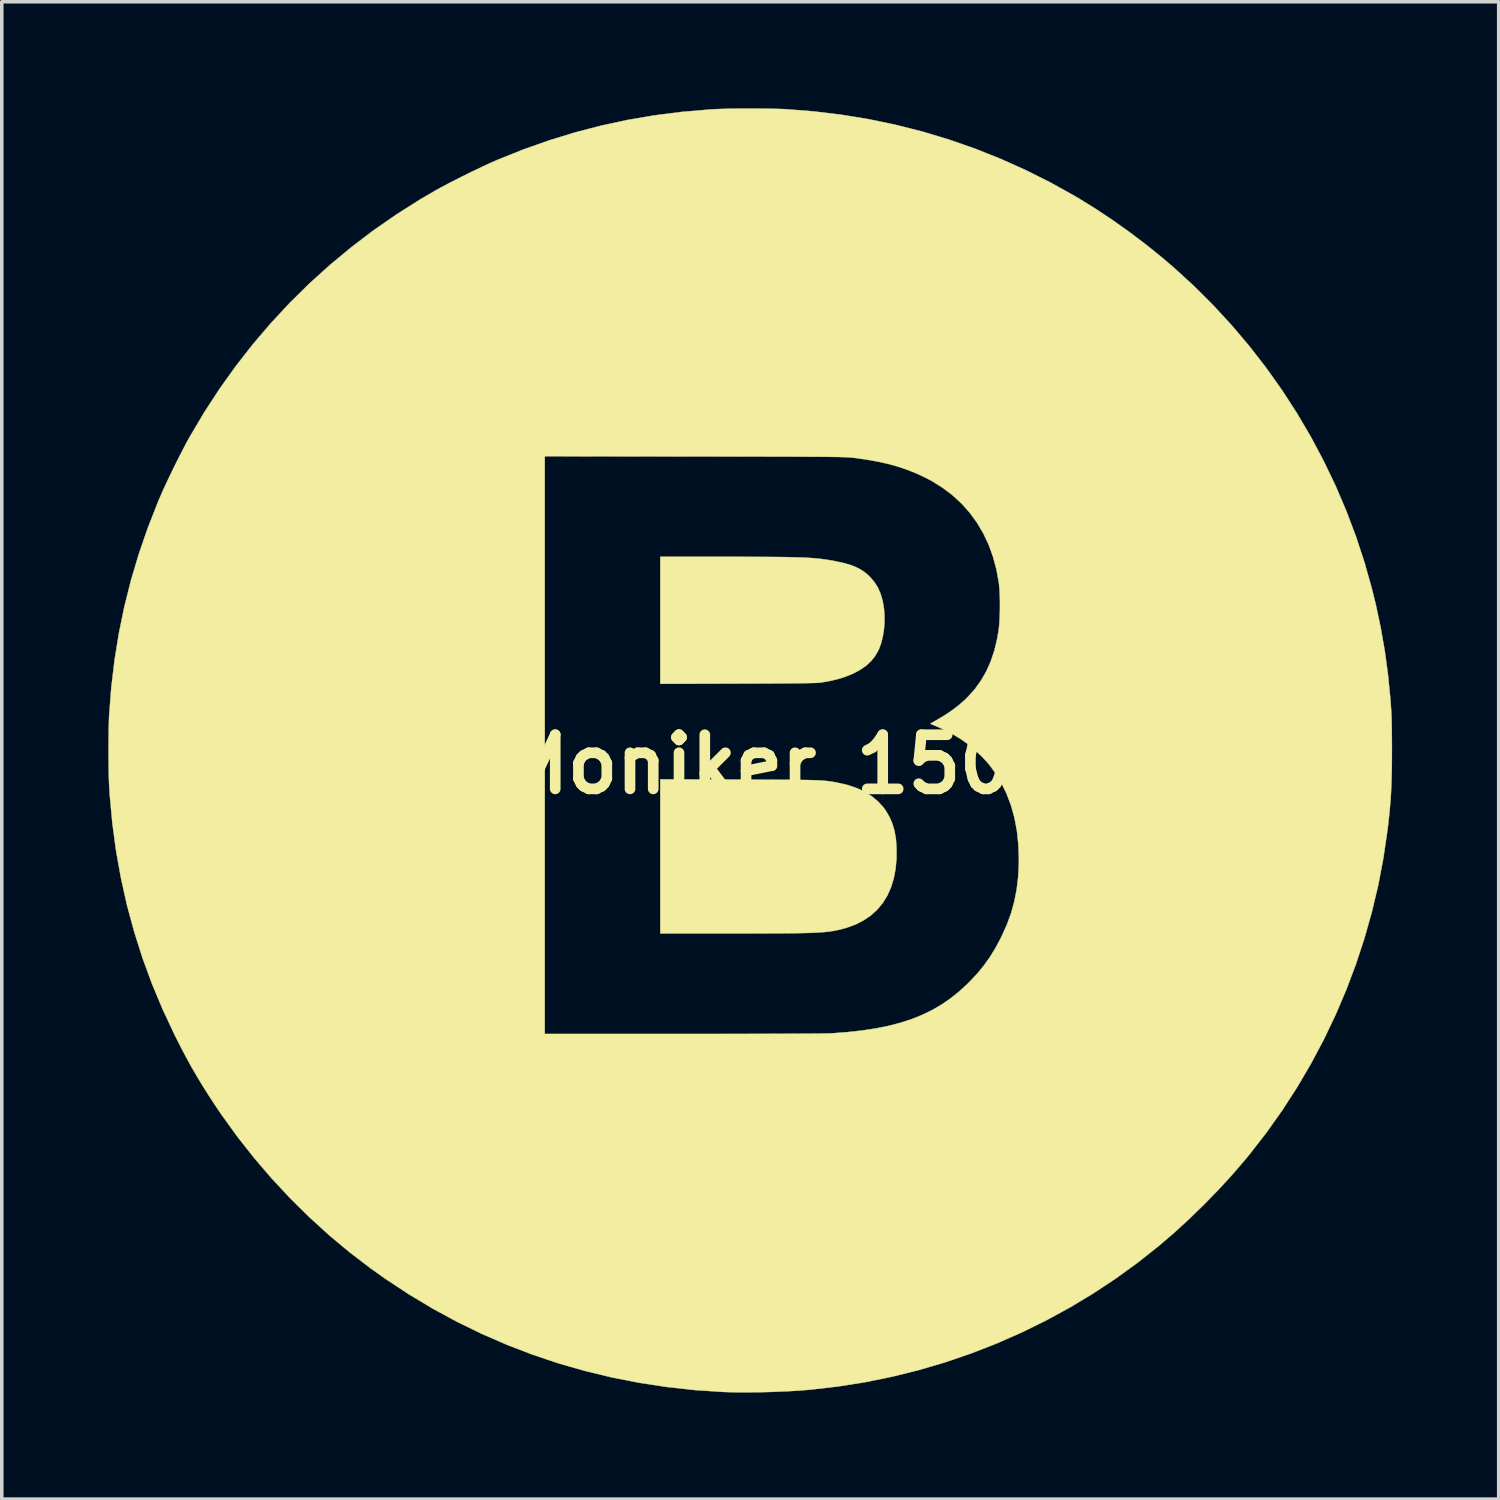
<source format=kicad_pcb>
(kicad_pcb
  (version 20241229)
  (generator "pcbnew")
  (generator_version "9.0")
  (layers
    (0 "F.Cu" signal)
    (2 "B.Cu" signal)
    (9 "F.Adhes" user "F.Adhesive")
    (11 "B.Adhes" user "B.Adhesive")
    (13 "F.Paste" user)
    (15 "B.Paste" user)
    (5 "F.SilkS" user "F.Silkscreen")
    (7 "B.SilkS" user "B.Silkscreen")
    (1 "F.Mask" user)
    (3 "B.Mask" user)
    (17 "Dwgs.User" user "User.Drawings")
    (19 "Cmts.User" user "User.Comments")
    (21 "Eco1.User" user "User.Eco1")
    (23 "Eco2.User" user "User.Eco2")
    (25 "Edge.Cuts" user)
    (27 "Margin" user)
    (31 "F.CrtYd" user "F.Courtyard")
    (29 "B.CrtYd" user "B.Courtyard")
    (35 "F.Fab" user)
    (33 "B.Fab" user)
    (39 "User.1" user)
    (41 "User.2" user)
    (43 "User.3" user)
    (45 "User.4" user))
  (footprint "CBP_Moniker_1500DPI"
    (layer "F.Cu")
    (at 18.055 18.462)
    (property "Reference" "CBP_Moniker_1500DPI" (at 0 0 0) (layer "F.SilkS") (effects (font (size 1.524 1.524) (thickness 0.3))))
    (attr through_hole)
    (fp_poly (pts (xy -0.665 -5.842) (xy -0.322 -5.842) (xy -0.011 -5.841) (xy 0.27 -5.84) (xy 0.524 -5.839) (xy 0.753 -5.837) (xy 0.958 -5.835) (xy 1.142 -5.831) (xy 1.308 -5.827) (xy 1.456 -5.822) (xy 1.59 -5.816) (xy 1.711 -5.809) (xy 1.821 -5.801) (xy 1.924 -5.791) (xy 2.02 -5.78) (xy 2.112 -5.768) (xy 2.202 -5.754) (xy 2.292 -5.739) (xy 2.384 -5.722) (xy 2.422 -5.714) (xy 2.631 -5.669) (xy 2.811 -5.618) (xy 2.966 -5.56) (xy 3.102 -5.492) (xy 3.223 -5.413) (xy 3.334 -5.32) (xy 3.371 -5.285) (xy 3.497 -5.14) (xy 3.599 -4.98) (xy 3.678 -4.801) (xy 3.736 -4.602) (xy 3.773 -4.38) (xy 3.786 -4.216) (xy 3.788 -4.01) (xy 3.773 -3.802) (xy 3.741 -3.601) (xy 3.694 -3.413) (xy 3.633 -3.247) (xy 3.616 -3.209) (xy 3.522 -3.046) (xy 3.407 -2.903) (xy 3.269 -2.776) (xy 3.104 -2.663) (xy 2.955 -2.582) (xy 2.795 -2.509) (xy 2.632 -2.448) (xy 2.459 -2.396) (xy 2.269 -2.352) (xy 2.054 -2.313) (xy 1.973 -2.3) (xy 1.94 -2.297) (xy 1.885 -2.294) (xy 1.808 -2.291) (xy 1.708 -2.289) (xy 1.583 -2.286) (xy 1.433 -2.284) (xy 1.256 -2.282) (xy 1.052 -2.28) (xy 0.819 -2.279) (xy 0.555 -2.277) (xy 0.261 -2.276) (xy -0.065 -2.275) (xy -0.343 -2.274) (xy -2.523 -2.267) (xy -2.523 -5.842) (xy -0.665 -5.842)) (stroke (width 0.01) (type solid)) (fill yes) (layer "F.SilkS"))
    (fp_poly (pts (xy -0.301 0.428) (xy 0.027 0.43) (xy 0.322 0.431) (xy 0.588 0.432) (xy 0.825 0.433) (xy 1.037 0.434) (xy 1.224 0.435) (xy 1.39 0.437) (xy 1.535 0.439) (xy 1.662 0.441) (xy 1.774 0.444) (xy 1.871 0.448) (xy 1.955 0.451) (xy 2.03 0.456) (xy 2.096 0.461) (xy 2.156 0.467) (xy 2.212 0.473) (xy 2.266 0.48) (xy 2.319 0.489) (xy 2.373 0.498) (xy 2.43 0.508) (xy 2.716 0.571) (xy 2.976 0.656) (xy 3.21 0.761) (xy 3.417 0.888) (xy 3.598 1.036) (xy 3.753 1.204) (xy 3.824 1.302) (xy 3.929 1.481) (xy 4.01 1.669) (xy 4.069 1.871) (xy 4.108 2.092) (xy 4.126 2.328) (xy 4.126 2.643) (xy 4.1 2.937) (xy 4.048 3.21) (xy 3.971 3.462) (xy 3.868 3.691) (xy 3.74 3.899) (xy 3.587 4.084) (xy 3.409 4.247) (xy 3.206 4.386) (xy 2.979 4.503) (xy 2.727 4.596) (xy 2.599 4.632) (xy 2.53 4.649) (xy 2.462 4.664) (xy 2.394 4.678) (xy 2.324 4.691) (xy 2.25 4.702) (xy 2.169 4.712) (xy 2.08 4.72) (xy 1.982 4.728) (xy 1.871 4.734) (xy 1.747 4.74) (xy 1.607 4.744) (xy 1.449 4.748) (xy 1.272 4.751) (xy 1.073 4.753) (xy 0.851 4.755) (xy 0.604 4.756) (xy 0.329 4.757) (xy 0.025 4.758) (xy -0.31 4.758) (xy -0.47 4.758) (xy -2.523 4.758) (xy -2.523 0.421) (xy -0.301 0.428)) (stroke (width 0.01) (type solid)) (fill yes) (layer "F.SilkS"))
    (fp_poly (pts (xy 0.232 -18.456) (xy 0.424 -18.454) (xy 0.604 -18.452) (xy 0.767 -18.448) (xy 0.906 -18.444) (xy 1 -18.44) (xy 1.789 -18.378) (xy 2.57 -18.284) (xy 3.342 -18.158) (xy 4.105 -17.999) (xy 4.859 -17.808) (xy 5.602 -17.584) (xy 6.335 -17.329) (xy 7.056 -17.042) (xy 7.766 -16.723) (xy 8.464 -16.373) (xy 9.149 -15.992) (xy 9.296 -15.904) (xy 9.749 -15.623) (xy 10.208 -15.317) (xy 10.667 -14.991) (xy 11.117 -14.652) (xy 11.551 -14.304) (xy 11.915 -13.995) (xy 12.49 -13.469) (xy 13.04 -12.921) (xy 13.565 -12.351) (xy 14.064 -11.761) (xy 14.537 -11.15) (xy 14.983 -10.521) (xy 15.401 -9.874) (xy 15.791 -9.211) (xy 16.152 -8.531) (xy 16.485 -7.836) (xy 16.787 -7.128) (xy 17.059 -6.406) (xy 17.3 -5.673) (xy 17.509 -4.928) (xy 17.619 -4.479) (xy 17.756 -3.829) (xy 17.869 -3.18) (xy 17.958 -2.524) (xy 18.024 -1.853) (xy 18.051 -1.482) (xy 18.054 -1.408) (xy 18.058 -1.305) (xy 18.061 -1.179) (xy 18.063 -1.033) (xy 18.065 -0.872) (xy 18.067 -0.703) (xy 18.068 -0.528) (xy 18.068 -0.398) (xy 18.067 -0.108) (xy 18.064 0.153) (xy 18.059 0.393) (xy 18.051 0.616) (xy 18.041 0.829) (xy 18.027 1.037) (xy 18.009 1.247) (xy 17.988 1.463) (xy 17.962 1.693) (xy 17.939 1.88) (xy 17.827 2.643) (xy 17.683 3.4) (xy 17.505 4.149) (xy 17.296 4.89) (xy 17.056 5.621) (xy 16.785 6.341) (xy 16.483 7.048) (xy 16.152 7.743) (xy 15.791 8.422) (xy 15.402 9.085) (xy 14.984 9.732) (xy 14.539 10.36) (xy 14.067 10.968) (xy 13.938 11.125) (xy 13.574 11.548) (xy 13.185 11.972) (xy 12.777 12.391) (xy 12.357 12.799) (xy 11.933 13.187) (xy 11.532 13.532) (xy 10.928 14.011) (xy 10.306 14.463) (xy 9.664 14.888) (xy 9.006 15.284) (xy 8.331 15.652) (xy 7.641 15.991) (xy 6.938 16.3) (xy 6.222 16.579) (xy 5.494 16.828) (xy 4.757 17.045) (xy 4.01 17.231) (xy 3.255 17.385) (xy 2.494 17.506) (xy 1.727 17.595) (xy 1.651 17.602) (xy 1.398 17.622) (xy 1.124 17.639) (xy 0.836 17.652) (xy 0.541 17.663) (xy 0.246 17.67) (xy -0.041 17.673) (xy -0.315 17.673) (xy -0.567 17.668) (xy -0.749 17.662) (xy -1.545 17.609) (xy -2.332 17.523) (xy -3.109 17.405) (xy -3.876 17.255) (xy -4.632 17.073) (xy -5.377 16.86) (xy -6.111 16.614) (xy -6.833 16.337) (xy -7.543 16.028) (xy -8.24 15.689) (xy -8.925 15.318) (xy -9.596 14.915) (xy -10.253 14.482) (xy -10.664 14.191) (xy -11.257 13.738) (xy -11.835 13.256) (xy -12.395 12.747) (xy -12.936 12.213) (xy -13.455 11.657) (xy -13.95 11.08) (xy -14.419 10.485) (xy -14.861 9.873) (xy -15.044 9.603) (xy -15.233 9.314) (xy -15.405 9.041) (xy -15.565 8.777) (xy -15.718 8.513) (xy -15.867 8.242) (xy -16.017 7.956) (xy -16.173 7.647) (xy -16.195 7.603) (xy -16.203 7.586) (xy -5.774 7.586) (xy -1.875 7.586) (xy -1.425 7.586) (xy -0.996 7.586) (xy -0.589 7.585) (xy -0.204 7.585) (xy 0.156 7.584) (xy 0.492 7.583) (xy 0.803 7.582) (xy 1.087 7.581) (xy 1.344 7.58) (xy 1.573 7.579) (xy 1.773 7.577) (xy 1.943 7.576) (xy 2.083 7.574) (xy 2.191 7.572) (xy 2.267 7.57) (xy 2.303 7.569) (xy 2.745 7.535) (xy 3.158 7.489) (xy 3.543 7.431) (xy 3.902 7.358) (xy 4.238 7.271) (xy 4.553 7.169) (xy 4.848 7.05) (xy 5.127 6.915) (xy 5.39 6.762) (xy 5.64 6.59) (xy 5.88 6.399) (xy 6.111 6.188) (xy 6.223 6.076) (xy 6.42 5.862) (xy 6.595 5.646) (xy 6.755 5.421) (xy 6.903 5.18) (xy 7.046 4.915) (xy 7.086 4.834) (xy 7.231 4.513) (xy 7.349 4.191) (xy 7.44 3.863) (xy 7.506 3.527) (xy 7.549 3.175) (xy 7.568 2.804) (xy 7.569 2.66) (xy 7.555 2.255) (xy 7.514 1.869) (xy 7.445 1.503) (xy 7.348 1.155) (xy 7.223 0.825) (xy 7.07 0.513) (xy 6.889 0.218) (xy 6.748 0.025) (xy 6.67 -0.067) (xy 6.573 -0.172) (xy 6.463 -0.282) (xy 6.349 -0.39) (xy 6.239 -0.488) (xy 6.139 -0.57) (xy 6.135 -0.572) (xy 5.946 -0.705) (xy 5.734 -0.834) (xy 5.511 -0.953) (xy 5.288 -1.055) (xy 5.22 -1.083) (xy 5.158 -1.109) (xy 5.11 -1.129) (xy 5.083 -1.142) (xy 5.08 -1.144) (xy 5.094 -1.154) (xy 5.131 -1.177) (xy 5.186 -1.208) (xy 5.237 -1.237) (xy 5.474 -1.378) (xy 5.685 -1.518) (xy 5.874 -1.663) (xy 6.049 -1.816) (xy 6.13 -1.896) (xy 6.328 -2.116) (xy 6.501 -2.356) (xy 6.65 -2.614) (xy 6.775 -2.894) (xy 6.877 -3.197) (xy 6.956 -3.523) (xy 6.996 -3.747) (xy 7.012 -3.879) (xy 7.024 -4.036) (xy 7.032 -4.21) (xy 7.036 -4.395) (xy 7.036 -4.581) (xy 7.032 -4.76) (xy 7.024 -4.925) (xy 7.011 -5.067) (xy 7.005 -5.114) (xy 6.937 -5.49) (xy 6.84 -5.848) (xy 6.717 -6.187) (xy 6.566 -6.505) (xy 6.389 -6.804) (xy 6.186 -7.082) (xy 5.957 -7.339) (xy 5.702 -7.574) (xy 5.422 -7.786) (xy 5.118 -7.976) (xy 4.961 -8.059) (xy 4.705 -8.18) (xy 4.443 -8.286) (xy 4.171 -8.378) (xy 3.885 -8.458) (xy 3.58 -8.525) (xy 3.251 -8.583) (xy 2.896 -8.631) (xy 2.868 -8.634) (xy 2.837 -8.637) (xy 2.802 -8.64) (xy 2.762 -8.642) (xy 2.716 -8.644) (xy 2.662 -8.647) (xy 2.598 -8.648) (xy 2.524 -8.65) (xy 2.438 -8.652) (xy 2.34 -8.653) (xy 2.226 -8.655) (xy 2.097 -8.656) (xy 1.951 -8.657) (xy 1.787 -8.658) (xy 1.603 -8.659) (xy 1.399 -8.66) (xy 1.172 -8.661) (xy 0.921 -8.661) (xy 0.646 -8.662) (xy 0.344 -8.663) (xy 0.015 -8.663) (xy -0.343 -8.664) (xy -0.73 -8.664) (xy -1.15 -8.665) (xy -1.562 -8.665) (xy -5.774 -8.671) (xy -5.774 7.586) (xy -16.203 7.586) (xy -16.527 6.896) (xy -16.826 6.18) (xy -17.093 5.453) (xy -17.327 4.716) (xy -17.53 3.969) (xy -17.699 3.212) (xy -17.837 2.445) (xy -17.942 1.668) (xy -18.015 0.88) (xy -18.033 0.594) (xy -18.038 0.478) (xy -18.043 0.335) (xy -18.046 0.169) (xy -18.048 -0.014) (xy -18.05 -0.208) (xy -18.05 -0.406) (xy -18.05 -0.605) (xy -18.048 -0.797) (xy -18.046 -0.977) (xy -18.042 -1.139) (xy -18.038 -1.278) (xy -18.034 -1.372) (xy -17.974 -2.157) (xy -17.882 -2.931) (xy -17.759 -3.693) (xy -17.604 -4.446) (xy -17.417 -5.19) (xy -17.197 -5.927) (xy -16.945 -6.658) (xy -16.659 -7.386) (xy -16.603 -7.518) (xy -16.535 -7.675) (xy -16.453 -7.854) (xy -16.361 -8.049) (xy -16.262 -8.255) (xy -16.159 -8.464) (xy -16.056 -8.669) (xy -15.955 -8.865) (xy -15.861 -9.045) (xy -15.775 -9.202) (xy -15.755 -9.237) (xy -15.352 -9.916) (xy -14.923 -10.574) (xy -14.467 -11.211) (xy -13.986 -11.827) (xy -13.479 -12.42) (xy -12.949 -12.99) (xy -12.394 -13.537) (xy -11.816 -14.059) (xy -11.215 -14.557) (xy -10.593 -15.03) (xy -9.948 -15.477) (xy -9.283 -15.898) (xy -8.831 -16.162) (xy -8.681 -16.244) (xy -8.506 -16.337) (xy -8.314 -16.436) (xy -8.11 -16.539) (xy -7.901 -16.643) (xy -7.694 -16.743) (xy -7.496 -16.837) (xy -7.312 -16.922) (xy -7.149 -16.994) (xy -7.112 -17.01) (xy -6.389 -17.301) (xy -5.662 -17.558) (xy -4.931 -17.783) (xy -4.194 -17.975) (xy -3.448 -18.136) (xy -2.693 -18.265) (xy -1.927 -18.362) (xy -1.148 -18.429) (xy -0.965 -18.44) (xy -0.85 -18.445) (xy -0.707 -18.449) (xy -0.541 -18.453) (xy -0.358 -18.455) (xy -0.165 -18.456) (xy 0.034 -18.457) (xy 0.232 -18.456)) (stroke (width 0.01) (type solid)) (fill yes) (layer "F.SilkS")))
  (gr_rect
    (start -3 -3)
    (end 39.128 39.14)
    (stroke (width 0.1) (type default))
    (fill no)
    (layer "Edge.Cuts")))
</source>
